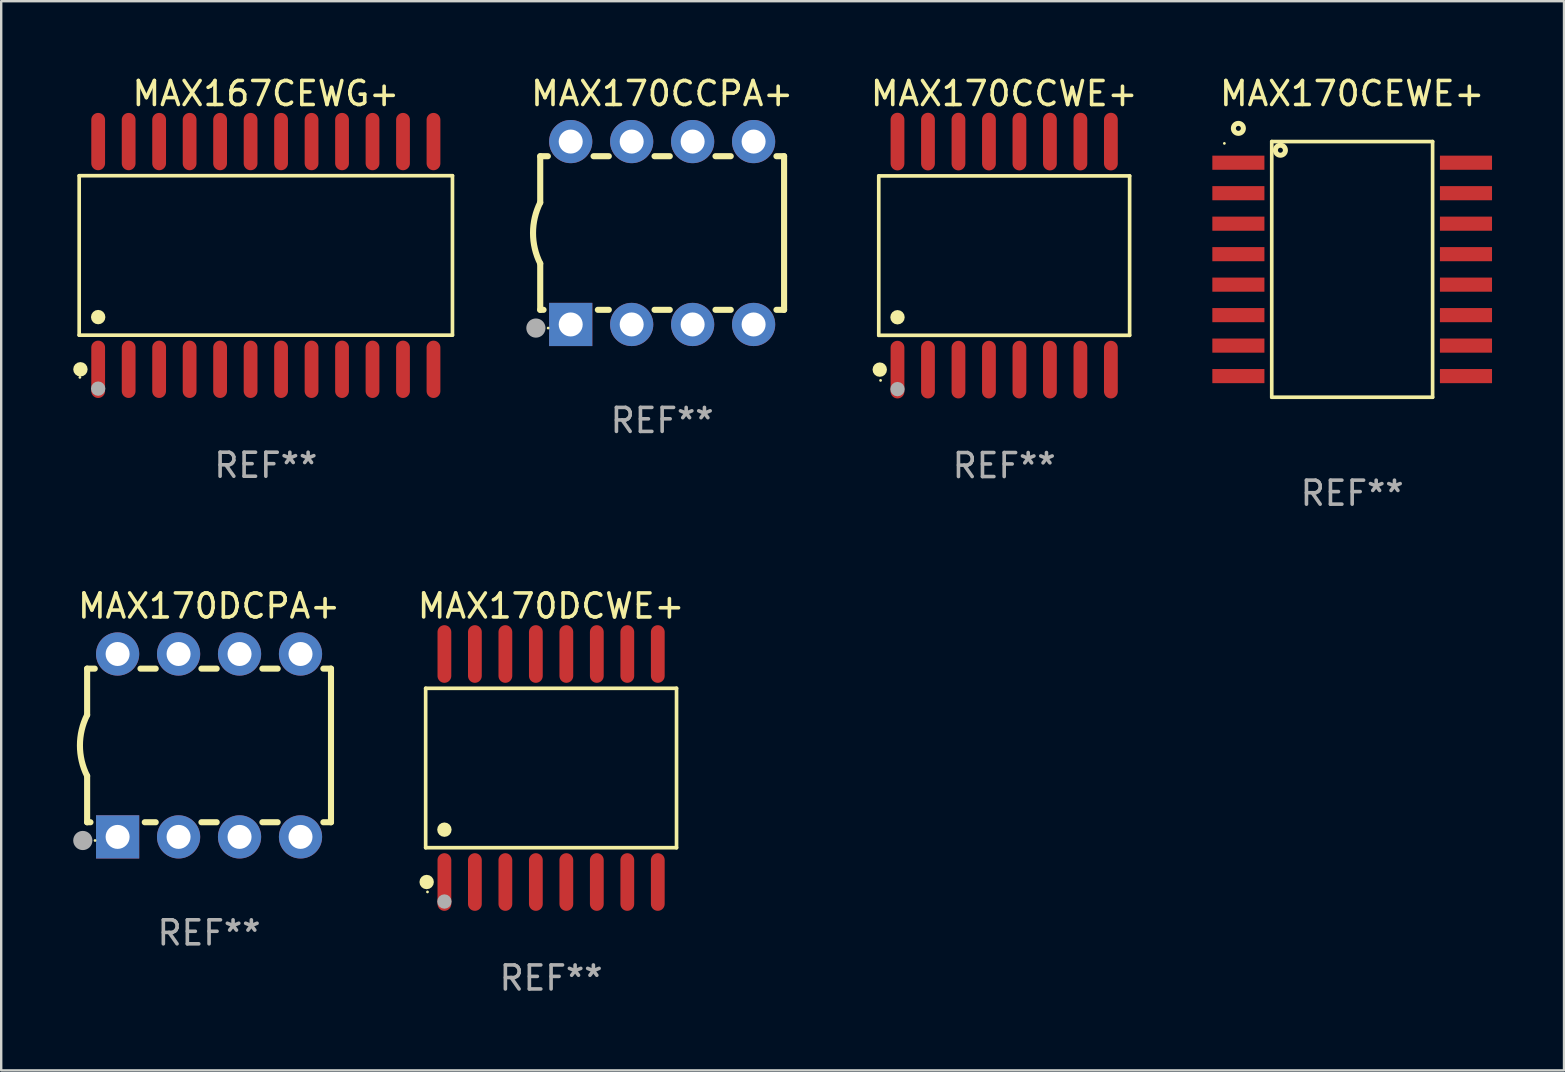
<source format=kicad_pcb>
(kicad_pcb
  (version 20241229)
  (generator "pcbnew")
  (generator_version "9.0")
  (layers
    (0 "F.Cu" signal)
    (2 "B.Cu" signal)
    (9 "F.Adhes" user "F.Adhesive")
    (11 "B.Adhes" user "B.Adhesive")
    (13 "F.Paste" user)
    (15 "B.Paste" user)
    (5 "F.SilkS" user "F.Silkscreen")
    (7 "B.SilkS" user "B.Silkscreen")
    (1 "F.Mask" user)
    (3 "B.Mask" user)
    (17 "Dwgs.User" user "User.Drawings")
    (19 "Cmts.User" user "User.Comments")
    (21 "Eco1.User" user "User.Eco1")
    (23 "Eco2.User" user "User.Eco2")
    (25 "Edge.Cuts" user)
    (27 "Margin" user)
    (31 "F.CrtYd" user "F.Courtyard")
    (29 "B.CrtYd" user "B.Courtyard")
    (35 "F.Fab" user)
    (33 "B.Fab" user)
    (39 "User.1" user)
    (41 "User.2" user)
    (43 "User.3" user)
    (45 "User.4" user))
  (footprint "MAX167CEWG+"
    (layer "F.Cu")
    (at 8.025 7.592)
    (property "Reference" "MAX167CEWG+" (at 0 -6.744 0) (layer "F.SilkS") (effects (font (size 1 1) (thickness 0.15))))
    (attr through_hole)
    (fp_line (start -7.776 -3.321) (end 7.776 -3.321) (stroke (width 0.152) (type solid)) (layer "F.SilkS"))
    (fp_line (start -7.776 3.321) (end -7.776 -3.321) (stroke (width 0.152) (type solid)) (layer "F.SilkS"))
    (fp_line (start 7.776 -3.321) (end 7.776 3.321) (stroke (width 0.152) (type solid)) (layer "F.SilkS"))
    (fp_line (start 7.776 3.321) (end -7.776 3.321) (stroke (width 0.152) (type solid)) (layer "F.SilkS"))
    (fp_circle (center -7.747 5.08) (end -7.717 5.08) (stroke (width 0.06) (type solid)) (fill no) (layer "F.SilkS"))
    (fp_circle (center -7.724 4.744) (end -7.574 4.744) (stroke (width 0.3) (type solid)) (fill no) (layer "F.SilkS"))
    (fp_circle (center -6.985 2.569) (end -6.835 2.569) (stroke (width 0.3) (type solid)) (fill no) (layer "F.SilkS"))
    (fp_circle (center -6.985 5.55) (end -6.835 5.55) (stroke (width 0.3) (type solid)) (fill no) (layer "F.Fab"))
    (fp_text user "REF**" (at 0 8.744 0) (layer "F.Fab") (effects (font (size 1 1) (thickness 0.15))))
    (pad "1" smd oval (at -6.985 4.744) (size 0.574 2.388) (layers "F.Cu" "F.Mask" "F.Paste"))
    (pad "2" smd oval (at -5.715 4.744) (size 0.574 2.388) (layers "F.Cu" "F.Mask" "F.Paste"))
    (pad "3" smd oval (at -4.445 4.744) (size 0.574 2.388) (layers "F.Cu" "F.Mask" "F.Paste"))
    (pad "4" smd oval (at -3.175 4.744) (size 0.574 2.388) (layers "F.Cu" "F.Mask" "F.Paste"))
    (pad "5" smd oval (at -1.905 4.744) (size 0.574 2.388) (layers "F.Cu" "F.Mask" "F.Paste"))
    (pad "6" smd oval (at -0.635 4.744) (size 0.574 2.388) (layers "F.Cu" "F.Mask" "F.Paste"))
    (pad "7" smd oval (at 0.635 4.744) (size 0.574 2.388) (layers "F.Cu" "F.Mask" "F.Paste"))
    (pad "8" smd oval (at 1.905 4.744) (size 0.574 2.388) (layers "F.Cu" "F.Mask" "F.Paste"))
    (pad "9" smd oval (at 3.175 4.744) (size 0.574 2.388) (layers "F.Cu" "F.Mask" "F.Paste"))
    (pad "10" smd oval (at 4.445 4.744) (size 0.574 2.388) (layers "F.Cu" "F.Mask" "F.Paste"))
    (pad "11" smd oval (at 5.715 4.744) (size 0.574 2.388) (layers "F.Cu" "F.Mask" "F.Paste"))
    (pad "12" smd oval (at 6.985 4.744) (size 0.574 2.388) (layers "F.Cu" "F.Mask" "F.Paste"))
    (pad "13" smd oval (at 6.985 -4.744) (size 0.574 2.388) (layers "F.Cu" "F.Mask" "F.Paste"))
    (pad "14" smd oval (at 5.715 -4.744) (size 0.574 2.388) (layers "F.Cu" "F.Mask" "F.Paste"))
    (pad "15" smd oval (at 4.445 -4.744) (size 0.574 2.388) (layers "F.Cu" "F.Mask" "F.Paste"))
    (pad "16" smd oval (at 3.175 -4.744) (size 0.574 2.388) (layers "F.Cu" "F.Mask" "F.Paste"))
    (pad "17" smd oval (at 1.905 -4.744) (size 0.574 2.388) (layers "F.Cu" "F.Mask" "F.Paste"))
    (pad "18" smd oval (at 0.635 -4.744) (size 0.574 2.388) (layers "F.Cu" "F.Mask" "F.Paste"))
    (pad "19" smd oval (at -0.635 -4.744) (size 0.574 2.388) (layers "F.Cu" "F.Mask" "F.Paste"))
    (pad "20" smd oval (at -1.905 -4.744) (size 0.574 2.388) (layers "F.Cu" "F.Mask" "F.Paste"))
    (pad "21" smd oval (at -3.175 -4.744) (size 0.574 2.388) (layers "F.Cu" "F.Mask" "F.Paste"))
    (pad "22" smd oval (at -4.445 -4.744) (size 0.574 2.388) (layers "F.Cu" "F.Mask" "F.Paste"))
    (pad "23" smd oval (at -5.715 -4.744) (size 0.574 2.388) (layers "F.Cu" "F.Mask" "F.Paste"))
    (pad "24" smd oval (at -6.985 -4.744) (size 0.574 2.388) (layers "F.Cu" "F.Mask" "F.Paste")))
  (footprint "MAX170CEWE+"
    (layer "F.Cu")
    (at 53.285 8.174)
    (property "Reference" "MAX170CEWE+" (at 0 -7.326 0) (layer "F.SilkS") (effects (font (size 1 1) (thickness 0.15))))
    (attr through_hole)
    (fp_line (start -3.351 -5.326) (end 3.351 -5.326) (stroke (width 0.152) (type solid)) (layer "F.SilkS"))
    (fp_line (start -3.351 5.326) (end -3.351 -5.326) (stroke (width 0.152) (type solid)) (layer "F.SilkS"))
    (fp_line (start 3.351 -5.326) (end 3.351 5.326) (stroke (width 0.152) (type solid)) (layer "F.SilkS"))
    (fp_line (start 3.351 5.326) (end -3.351 5.326) (stroke (width 0.152) (type solid)) (layer "F.SilkS"))
    (fp_circle (center -5.325 -5.25) (end -5.295 -5.25) (stroke (width 0.06) (type solid)) (fill no) (layer "F.SilkS"))
    (fp_circle (center -4.741 -5.876) (end -4.637 -5.876) (stroke (width 0.209) (type solid)) (fill no) (layer "F.SilkS"))
    (fp_circle (center -2.99 -4.965) (end -2.886 -4.965) (stroke (width 0.209) (type solid)) (fill no) (layer "F.SilkS"))
    (fp_text user "REF**" (at 0 9.326 0) (layer "F.Fab") (effects (font (size 1 1) (thickness 0.15))))
    (pad "1" smd rect (at -4.741 -4.445) (size 2.17 0.589) (layers "F.Cu" "F.Mask" "F.Paste"))
    (pad "2" smd rect (at -4.741 -3.175) (size 2.17 0.589) (layers "F.Cu" "F.Mask" "F.Paste"))
    (pad "3" smd rect (at -4.741 -1.905) (size 2.17 0.589) (layers "F.Cu" "F.Mask" "F.Paste"))
    (pad "4" smd rect (at -4.741 -0.635) (size 2.17 0.589) (layers "F.Cu" "F.Mask" "F.Paste"))
    (pad "5" smd rect (at -4.741 0.635) (size 2.17 0.589) (layers "F.Cu" "F.Mask" "F.Paste"))
    (pad "6" smd rect (at -4.741 1.905) (size 2.17 0.589) (layers "F.Cu" "F.Mask" "F.Paste"))
    (pad "7" smd rect (at -4.741 3.175) (size 2.17 0.589) (layers "F.Cu" "F.Mask" "F.Paste"))
    (pad "8" smd rect (at -4.741 4.445) (size 2.17 0.589) (layers "F.Cu" "F.Mask" "F.Paste"))
    (pad "9" smd rect (at 4.741 4.445) (size 2.17 0.589) (layers "F.Cu" "F.Mask" "F.Paste"))
    (pad "10" smd rect (at 4.741 3.175) (size 2.17 0.589) (layers "F.Cu" "F.Mask" "F.Paste"))
    (pad "11" smd rect (at 4.741 1.905) (size 2.17 0.589) (layers "F.Cu" "F.Mask" "F.Paste"))
    (pad "12" smd rect (at 4.741 0.635) (size 2.17 0.589) (layers "F.Cu" "F.Mask" "F.Paste"))
    (pad "13" smd rect (at 4.741 -0.635) (size 2.17 0.589) (layers "F.Cu" "F.Mask" "F.Paste"))
    (pad "14" smd rect (at 4.741 -1.905) (size 2.17 0.589) (layers "F.Cu" "F.Mask" "F.Paste"))
    (pad "15" smd rect (at 4.741 -3.175) (size 2.17 0.589) (layers "F.Cu" "F.Mask" "F.Paste"))
    (pad "16" smd rect (at 4.741 -4.445) (size 2.17 0.589) (layers "F.Cu" "F.Mask" "F.Paste")))
  (footprint "MAX170DCWE+"
    (layer "F.Cu")
    (at 19.91 28.947)
    (property "Reference" "MAX170DCWE+" (at 0 -6.75 0) (layer "F.SilkS") (effects (font (size 1 1) (thickness 0.15))))
    (attr through_hole)
    (fp_line (start -5.226 -3.321) (end 5.226 -3.321) (stroke (width 0.152) (type solid)) (layer "F.SilkS"))
    (fp_line (start -5.226 3.321) (end -5.226 -3.321) (stroke (width 0.152) (type solid)) (layer "F.SilkS"))
    (fp_line (start 5.226 -3.321) (end 5.226 3.321) (stroke (width 0.152) (type solid)) (layer "F.SilkS"))
    (fp_line (start 5.226 3.321) (end -5.226 3.321) (stroke (width 0.152) (type solid)) (layer "F.SilkS"))
    (fp_circle (center -5.184 4.75) (end -5.034 4.75) (stroke (width 0.3) (type solid)) (fill no) (layer "F.SilkS"))
    (fp_circle (center -5.15 5.163) (end -5.12 5.163) (stroke (width 0.06) (type solid)) (fill no) (layer "F.SilkS"))
    (fp_circle (center -4.445 2.569) (end -4.295 2.569) (stroke (width 0.3) (type solid)) (fill no) (layer "F.SilkS"))
    (fp_circle (center -4.445 5.563) (end -4.295 5.563) (stroke (width 0.3) (type solid)) (fill no) (layer "F.Fab"))
    (fp_text user "REF**" (at 0 8.75 0) (layer "F.Fab") (effects (font (size 1 1) (thickness 0.15))))
    (pad "1" smd oval (at -4.445 4.75) (size 0.574 2.401) (layers "F.Cu" "F.Mask" "F.Paste"))
    (pad "2" smd oval (at -3.175 4.75) (size 0.574 2.401) (layers "F.Cu" "F.Mask" "F.Paste"))
    (pad "3" smd oval (at -1.905 4.75) (size 0.574 2.401) (layers "F.Cu" "F.Mask" "F.Paste"))
    (pad "4" smd oval (at -0.635 4.75) (size 0.574 2.401) (layers "F.Cu" "F.Mask" "F.Paste"))
    (pad "5" smd oval (at 0.635 4.75) (size 0.574 2.401) (layers "F.Cu" "F.Mask" "F.Paste"))
    (pad "6" smd oval (at 1.905 4.75) (size 0.574 2.401) (layers "F.Cu" "F.Mask" "F.Paste"))
    (pad "7" smd oval (at 3.175 4.75) (size 0.574 2.401) (layers "F.Cu" "F.Mask" "F.Paste"))
    (pad "8" smd oval (at 4.445 4.75) (size 0.574 2.401) (layers "F.Cu" "F.Mask" "F.Paste"))
    (pad "9" smd oval (at 4.445 -4.75) (size 0.574 2.401) (layers "F.Cu" "F.Mask" "F.Paste"))
    (pad "10" smd oval (at 3.175 -4.75) (size 0.574 2.401) (layers "F.Cu" "F.Mask" "F.Paste"))
    (pad "11" smd oval (at 1.905 -4.75) (size 0.574 2.401) (layers "F.Cu" "F.Mask" "F.Paste"))
    (pad "12" smd oval (at 0.635 -4.75) (size 0.574 2.401) (layers "F.Cu" "F.Mask" "F.Paste"))
    (pad "13" smd oval (at -0.635 -4.75) (size 0.574 2.401) (layers "F.Cu" "F.Mask" "F.Paste"))
    (pad "14" smd oval (at -1.905 -4.75) (size 0.574 2.401) (layers "F.Cu" "F.Mask" "F.Paste"))
    (pad "15" smd oval (at -3.175 -4.75) (size 0.574 2.401) (layers "F.Cu" "F.Mask" "F.Paste"))
    (pad "16" smd oval (at -4.445 -4.75) (size 0.574 2.401) (layers "F.Cu" "F.Mask" "F.Paste")))
  (footprint "MAX170DCPA+"
    (layer "F.Cu")
    (at 5.66 28.007)
    (property "Reference" "MAX170DCPA+" (at 0 -5.81 0) (layer "F.SilkS") (effects (font (size 1 1) (thickness 0.15))))
    (attr through_hole)
    (fp_line (start -5.08 -3.2) (end -4.762 -3.2) (stroke (width 0.254) (type solid)) (layer "F.SilkS"))
    (fp_line (start -5.08 -1.27) (end -5.08 -3.2) (stroke (width 0.254) (type solid)) (layer "F.SilkS"))
    (fp_line (start -5.08 3.2) (end -5.08 1.27) (stroke (width 0.254) (type solid)) (layer "F.SilkS"))
    (fp_line (start -5.08 3.2) (end -4.941 3.2) (stroke (width 0.254) (type solid)) (layer "F.SilkS"))
    (fp_line (start -2.858 -3.2) (end -2.222 -3.2) (stroke (width 0.254) (type solid)) (layer "F.SilkS"))
    (fp_line (start -2.679 3.2) (end -2.222 3.2) (stroke (width 0.254) (type solid)) (layer "F.SilkS"))
    (fp_line (start -0.318 -3.2) (end 0.318 -3.2) (stroke (width 0.254) (type solid)) (layer "F.SilkS"))
    (fp_line (start -0.318 3.2) (end 0.318 3.2) (stroke (width 0.254) (type solid)) (layer "F.SilkS"))
    (fp_line (start 2.222 -3.2) (end 2.858 -3.2) (stroke (width 0.254) (type solid)) (layer "F.SilkS"))
    (fp_line (start 2.222 3.2) (end 2.858 3.2) (stroke (width 0.254) (type solid)) (layer "F.SilkS"))
    (fp_line (start 4.762 -3.2) (end 5.08 -3.2) (stroke (width 0.254) (type solid)) (layer "F.SilkS"))
    (fp_line (start 4.762 3.2) (end 5.08 3.2) (stroke (width 0.254) (type solid)) (layer "F.SilkS"))
    (fp_line (start 5.08 3.2) (end 5.08 -3.2) (stroke (width 0.254) (type solid)) (layer "F.SilkS"))
    (fp_arc (start -5.080011 1.270002) (mid -5.379818 -0.000001) (end -5.08001 -1.270003) (stroke (width 0.254001) (type solid)) (layer "F.SilkS"))
    (fp_circle (center -4.75 3.96) (end -4.72 3.96) (stroke (width 0.06) (type solid)) (fill no) (layer "F.SilkS"))
    (fp_circle (center -5.26 3.96) (end -5.06 3.96) (stroke (width 0.4) (type solid)) (fill no) (layer "F.Fab"))
    (fp_text user "REF**" (at 0 7.81 0) (layer "F.Fab") (effects (font (size 1 1) (thickness 0.15))))
    (pad "1" thru_hole rect (at -3.81 3.81) (size 1.8 1.8) (drill 1) (layers "*.Cu" "*.Mask"))
    (pad "2" thru_hole circle (at -1.27 3.81) (size 1.8 1.8) (drill 1) (layers "*.Cu" "*.Mask"))
    (pad "3" thru_hole circle (at 1.27 3.81) (size 1.8 1.8) (drill 1) (layers "*.Cu" "*.Mask"))
    (pad "4" thru_hole circle (at 3.81 3.81) (size 1.8 1.8) (drill 1) (layers "*.Cu" "*.Mask"))
    (pad "5" thru_hole circle (at 3.81 -3.81) (size 1.8 1.8) (drill 1) (layers "*.Cu" "*.Mask"))
    (pad "6" thru_hole circle (at 1.27 -3.81) (size 1.8 1.8) (drill 1) (layers "*.Cu" "*.Mask"))
    (pad "7" thru_hole circle (at -1.27 -3.81) (size 1.8 1.8) (drill 1) (layers "*.Cu" "*.Mask"))
    (pad "8" thru_hole circle (at -3.81 -3.81) (size 1.8 1.8) (drill 1) (layers "*.Cu" "*.Mask")))
  (footprint "MAX170CCWE+"
    (layer "F.Cu")
    (at 38.787 7.599)
    (property "Reference" "MAX170CCWE+" (at 0 -6.75 0) (layer "F.SilkS") (effects (font (size 1 1) (thickness 0.15))))
    (attr through_hole)
    (fp_line (start -5.226 -3.321) (end 5.226 -3.321) (stroke (width 0.152) (type solid)) (layer "F.SilkS"))
    (fp_line (start -5.226 3.321) (end -5.226 -3.321) (stroke (width 0.152) (type solid)) (layer "F.SilkS"))
    (fp_line (start 5.226 -3.321) (end 5.226 3.321) (stroke (width 0.152) (type solid)) (layer "F.SilkS"))
    (fp_line (start 5.226 3.321) (end -5.226 3.321) (stroke (width 0.152) (type solid)) (layer "F.SilkS"))
    (fp_circle (center -5.184 4.75) (end -5.034 4.75) (stroke (width 0.3) (type solid)) (fill no) (layer "F.SilkS"))
    (fp_circle (center -5.15 5.2) (end -5.12 5.2) (stroke (width 0.06) (type solid)) (fill no) (layer "F.SilkS"))
    (fp_circle (center -4.445 2.569) (end -4.295 2.569) (stroke (width 0.3) (type solid)) (fill no) (layer "F.SilkS"))
    (fp_circle (center -4.445 5.563) (end -4.295 5.563) (stroke (width 0.3) (type solid)) (fill no) (layer "F.Fab"))
    (fp_text user "REF**" (at 0 8.75 0) (layer "F.Fab") (effects (font (size 1 1) (thickness 0.15))))
    (pad "1" smd oval (at -4.445 4.75) (size 0.574 2.401) (layers "F.Cu" "F.Mask" "F.Paste"))
    (pad "2" smd oval (at -3.175 4.75) (size 0.574 2.401) (layers "F.Cu" "F.Mask" "F.Paste"))
    (pad "3" smd oval (at -1.905 4.75) (size 0.574 2.401) (layers "F.Cu" "F.Mask" "F.Paste"))
    (pad "4" smd oval (at -0.635 4.75) (size 0.574 2.401) (layers "F.Cu" "F.Mask" "F.Paste"))
    (pad "5" smd oval (at 0.635 4.75) (size 0.574 2.401) (layers "F.Cu" "F.Mask" "F.Paste"))
    (pad "6" smd oval (at 1.905 4.75) (size 0.574 2.401) (layers "F.Cu" "F.Mask" "F.Paste"))
    (pad "7" smd oval (at 3.175 4.75) (size 0.574 2.401) (layers "F.Cu" "F.Mask" "F.Paste"))
    (pad "8" smd oval (at 4.445 4.75) (size 0.574 2.401) (layers "F.Cu" "F.Mask" "F.Paste"))
    (pad "9" smd oval (at 4.445 -4.75) (size 0.574 2.401) (layers "F.Cu" "F.Mask" "F.Paste"))
    (pad "10" smd oval (at 3.175 -4.75) (size 0.574 2.401) (layers "F.Cu" "F.Mask" "F.Paste"))
    (pad "11" smd oval (at 1.905 -4.75) (size 0.574 2.401) (layers "F.Cu" "F.Mask" "F.Paste"))
    (pad "12" smd oval (at 0.635 -4.75) (size 0.574 2.401) (layers "F.Cu" "F.Mask" "F.Paste"))
    (pad "13" smd oval (at -0.635 -4.75) (size 0.574 2.401) (layers "F.Cu" "F.Mask" "F.Paste"))
    (pad "14" smd oval (at -1.905 -4.75) (size 0.574 2.401) (layers "F.Cu" "F.Mask" "F.Paste"))
    (pad "15" smd oval (at -3.175 -4.75) (size 0.574 2.401) (layers "F.Cu" "F.Mask" "F.Paste"))
    (pad "16" smd oval (at -4.445 -4.75) (size 0.574 2.401) (layers "F.Cu" "F.Mask" "F.Paste")))
  (footprint "MAX170CCPA+"
    (layer "F.Cu")
    (at 24.537 6.658)
    (property "Reference" "MAX170CCPA+" (at 0 -5.81 0) (layer "F.SilkS") (effects (font (size 1 1) (thickness 0.15))))
    (attr through_hole)
    (fp_line (start -5.08 -3.2) (end -4.762 -3.2) (stroke (width 0.254) (type solid)) (layer "F.SilkS"))
    (fp_line (start -5.08 -1.27) (end -5.08 -3.2) (stroke (width 0.254) (type solid)) (layer "F.SilkS"))
    (fp_line (start -5.08 3.2) (end -5.08 1.27) (stroke (width 0.254) (type solid)) (layer "F.SilkS"))
    (fp_line (start -5.08 3.2) (end -4.941 3.2) (stroke (width 0.254) (type solid)) (layer "F.SilkS"))
    (fp_line (start -2.858 -3.2) (end -2.222 -3.2) (stroke (width 0.254) (type solid)) (layer "F.SilkS"))
    (fp_line (start -2.679 3.2) (end -2.222 3.2) (stroke (width 0.254) (type solid)) (layer "F.SilkS"))
    (fp_line (start -0.318 -3.2) (end 0.318 -3.2) (stroke (width 0.254) (type solid)) (layer "F.SilkS"))
    (fp_line (start -0.318 3.2) (end 0.318 3.2) (stroke (width 0.254) (type solid)) (layer "F.SilkS"))
    (fp_line (start 2.222 -3.2) (end 2.858 -3.2) (stroke (width 0.254) (type solid)) (layer "F.SilkS"))
    (fp_line (start 2.222 3.2) (end 2.858 3.2) (stroke (width 0.254) (type solid)) (layer "F.SilkS"))
    (fp_line (start 4.762 -3.2) (end 5.08 -3.2) (stroke (width 0.254) (type solid)) (layer "F.SilkS"))
    (fp_line (start 4.762 3.2) (end 5.08 3.2) (stroke (width 0.254) (type solid)) (layer "F.SilkS"))
    (fp_line (start 5.08 3.2) (end 5.08 -3.2) (stroke (width 0.254) (type solid)) (layer "F.SilkS"))
    (fp_arc (start -5.080011 1.270002) (mid -5.379818 -0.000001) (end -5.08001 -1.270003) (stroke (width 0.254001) (type solid)) (layer "F.SilkS"))
    (fp_circle (center -4.75 3.96) (end -4.72 3.96) (stroke (width 0.06) (type solid)) (fill no) (layer "F.SilkS"))
    (fp_circle (center -5.26 3.96) (end -5.06 3.96) (stroke (width 0.4) (type solid)) (fill no) (layer "F.Fab"))
    (fp_text user "REF**" (at 0 7.81 0) (layer "F.Fab") (effects (font (size 1 1) (thickness 0.15))))
    (pad "1" thru_hole rect (at -3.81 3.81) (size 1.8 1.8) (drill 1) (layers "*.Cu" "*.Mask"))
    (pad "2" thru_hole circle (at -1.27 3.81) (size 1.8 1.8) (drill 1) (layers "*.Cu" "*.Mask"))
    (pad "3" thru_hole circle (at 1.27 3.81) (size 1.8 1.8) (drill 1) (layers "*.Cu" "*.Mask"))
    (pad "4" thru_hole circle (at 3.81 3.81) (size 1.8 1.8) (drill 1) (layers "*.Cu" "*.Mask"))
    (pad "5" thru_hole circle (at 3.81 -3.81) (size 1.8 1.8) (drill 1) (layers "*.Cu" "*.Mask"))
    (pad "6" thru_hole circle (at 1.27 -3.81) (size 1.8 1.8) (drill 1) (layers "*.Cu" "*.Mask"))
    (pad "7" thru_hole circle (at -1.27 -3.81) (size 1.8 1.8) (drill 1) (layers "*.Cu" "*.Mask"))
    (pad "8" thru_hole circle (at -3.81 -3.81) (size 1.8 1.8) (drill 1) (layers "*.Cu" "*.Mask")))
  (gr_rect
    (start -3 -3)
    (end 62.111 41.546)
    (stroke (width 0.1) (type default))
    (fill no)
    (layer "Edge.Cuts")))
</source>
